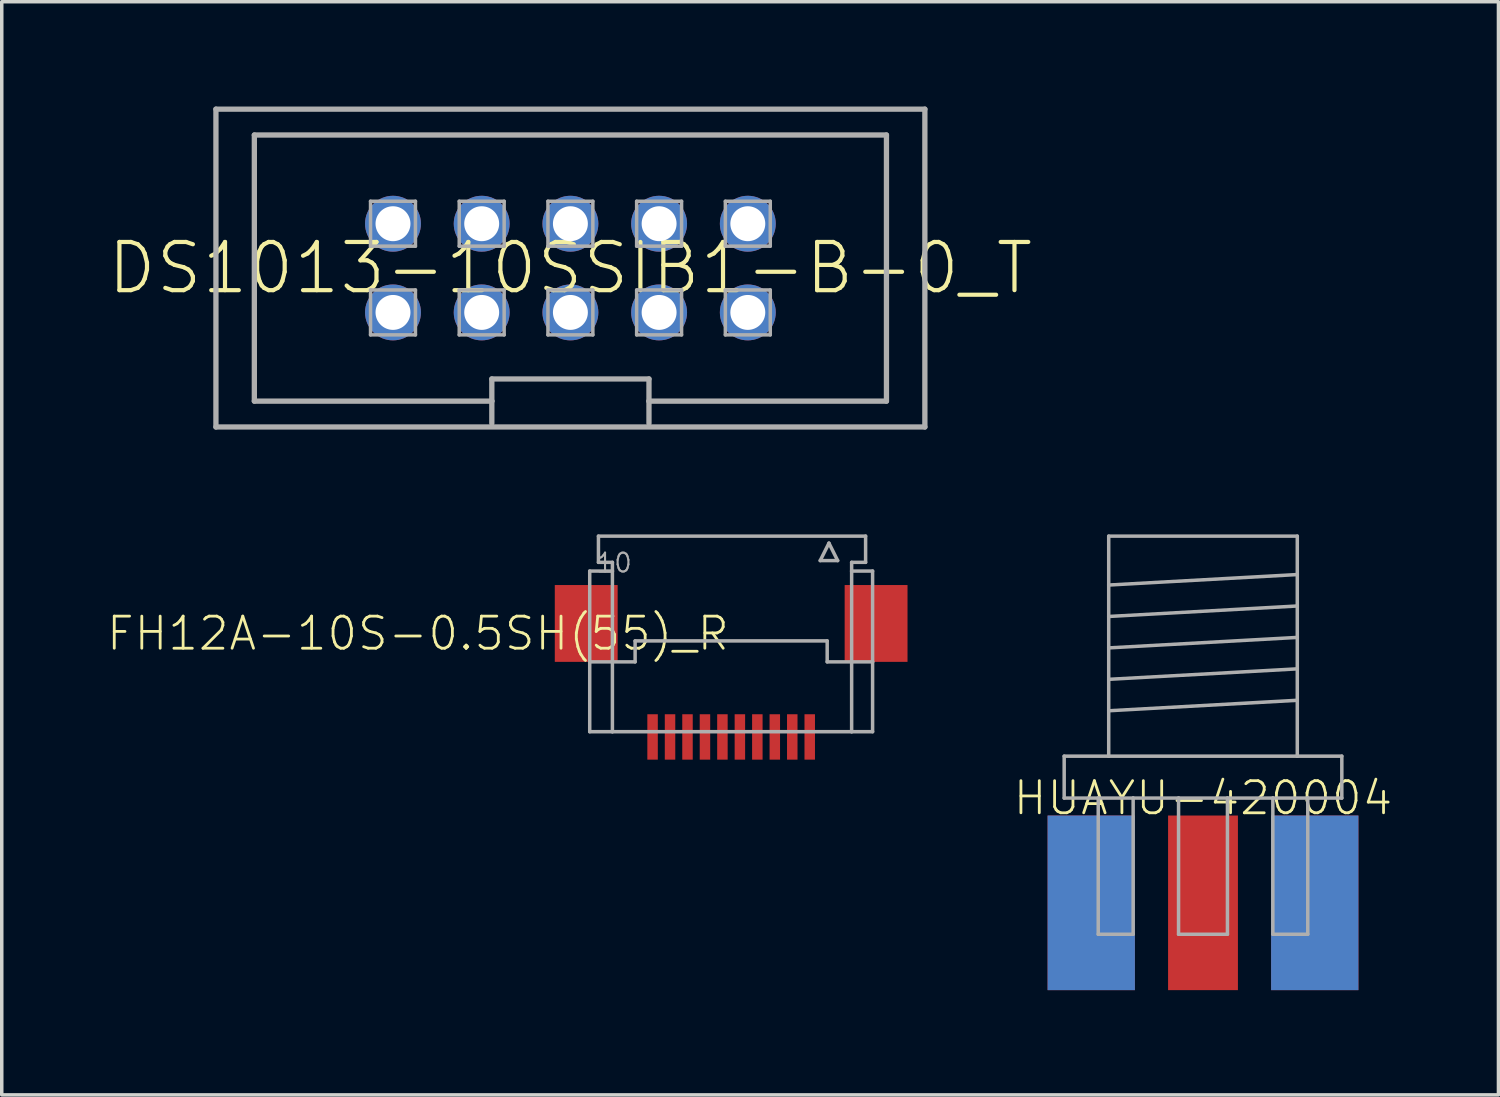
<source format=kicad_pcb>
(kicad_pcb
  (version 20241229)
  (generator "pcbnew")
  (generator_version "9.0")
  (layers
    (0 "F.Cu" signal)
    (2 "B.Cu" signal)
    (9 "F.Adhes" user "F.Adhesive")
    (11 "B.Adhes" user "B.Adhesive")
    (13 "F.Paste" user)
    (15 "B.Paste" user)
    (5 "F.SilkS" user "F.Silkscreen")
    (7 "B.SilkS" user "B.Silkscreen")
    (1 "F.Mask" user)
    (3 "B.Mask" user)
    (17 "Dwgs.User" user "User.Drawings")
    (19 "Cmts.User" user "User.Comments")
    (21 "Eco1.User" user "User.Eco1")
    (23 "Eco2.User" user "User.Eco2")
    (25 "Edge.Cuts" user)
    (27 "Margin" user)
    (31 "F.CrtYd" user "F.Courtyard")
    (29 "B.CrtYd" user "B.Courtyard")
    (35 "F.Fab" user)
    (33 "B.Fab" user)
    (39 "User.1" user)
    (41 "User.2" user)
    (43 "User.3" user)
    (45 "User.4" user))
  (footprint "HUAYU-420004"
    (layer "F.Cu")
    (at 31.397 19.802)
    (property "Reference" "HUAYU-420004" (at 0 0 0) (unlocked yes) (layer "F.SilkS") (effects (font (size 0.92 0.92) (thickness 0.08))))
    (fp_line (start -3.975 -1.2) (end -3.975 0) (stroke (width 0.1) (type solid)) (layer "F.Fab"))
    (fp_line (start -3.975 -1.2) (end -2.7 -1.2) (stroke (width 0.1) (type solid)) (layer "F.Fab"))
    (fp_line (start -3.975 0) (end -3 0) (stroke (width 0.1) (type solid)) (layer "F.Fab"))
    (fp_line (start -3 0) (end -2 0) (stroke (width 0.1) (type solid)) (layer "F.Fab"))
    (fp_line (start -3 3.9) (end -3 0) (stroke (width 0.1) (type solid)) (layer "F.Fab"))
    (fp_line (start -2.7 -7.5) (end 2.7 -7.5) (stroke (width 0.1) (type solid)) (layer "F.Fab"))
    (fp_line (start -2.7 -6.1) (end -2.7 -7.5) (stroke (width 0.1) (type solid)) (layer "F.Fab"))
    (fp_line (start -2.7 -6.1) (end 2.7 -6.4) (stroke (width 0.1) (type solid)) (layer "F.Fab"))
    (fp_line (start -2.7 -5.2) (end -2.7 -6.1) (stroke (width 0.1) (type solid)) (layer "F.Fab"))
    (fp_line (start -2.7 -5.2) (end 2.7 -5.5) (stroke (width 0.1) (type solid)) (layer "F.Fab"))
    (fp_line (start -2.7 -4.3) (end -2.7 -5.2) (stroke (width 0.1) (type solid)) (layer "F.Fab"))
    (fp_line (start -2.7 -4.3) (end 2.7 -4.6) (stroke (width 0.1) (type solid)) (layer "F.Fab"))
    (fp_line (start -2.7 -3.4) (end -2.7 -4.3) (stroke (width 0.1) (type solid)) (layer "F.Fab"))
    (fp_line (start -2.7 -3.4) (end 2.7 -3.7) (stroke (width 0.1) (type solid)) (layer "F.Fab"))
    (fp_line (start -2.7 -2.5) (end -2.7 -3.4) (stroke (width 0.1) (type solid)) (layer "F.Fab"))
    (fp_line (start -2.7 -2.5) (end 2.7 -2.8) (stroke (width 0.1) (type solid)) (layer "F.Fab"))
    (fp_line (start -2.7 -1.2) (end -2.7 -2.5) (stroke (width 0.1) (type solid)) (layer "F.Fab"))
    (fp_line (start -2.7 -1.2) (end 2.7 -1.2) (stroke (width 0.1) (type solid)) (layer "F.Fab"))
    (fp_line (start -2 0) (end -2 3.9) (stroke (width 0.1) (type solid)) (layer "F.Fab"))
    (fp_line (start -2 0) (end -0.7 0) (stroke (width 0.1) (type solid)) (layer "F.Fab"))
    (fp_line (start -2 3.9) (end -3 3.9) (stroke (width 0.1) (type solid)) (layer "F.Fab"))
    (fp_line (start -0.7 0) (end -0.7 3.9) (stroke (width 0.1) (type solid)) (layer "F.Fab"))
    (fp_line (start -0.7 0) (end 0.7 0) (stroke (width 0.1) (type solid)) (layer "F.Fab"))
    (fp_line (start -0.7 3.9) (end 0.7 3.9) (stroke (width 0.1) (type solid)) (layer "F.Fab"))
    (fp_line (start 0.7 0) (end 2 0) (stroke (width 0.1) (type solid)) (layer "F.Fab"))
    (fp_line (start 0.7 3.9) (end 0.7 0) (stroke (width 0.1) (type solid)) (layer "F.Fab"))
    (fp_line (start 2 0) (end 2 3.9) (stroke (width 0.1) (type solid)) (layer "F.Fab"))
    (fp_line (start 2 0) (end 3 0) (stroke (width 0.1) (type solid)) (layer "F.Fab"))
    (fp_line (start 2 3.9) (end 3 3.9) (stroke (width 0.1) (type solid)) (layer "F.Fab"))
    (fp_line (start 2.7 -7.5) (end 2.7 -6.4) (stroke (width 0.1) (type solid)) (layer "F.Fab"))
    (fp_line (start 2.7 -6.4) (end 2.7 -5.5) (stroke (width 0.1) (type solid)) (layer "F.Fab"))
    (fp_line (start 2.7 -5.5) (end 2.7 -4.6) (stroke (width 0.1) (type solid)) (layer "F.Fab"))
    (fp_line (start 2.7 -4.6) (end 2.7 -3.7) (stroke (width 0.1) (type solid)) (layer "F.Fab"))
    (fp_line (start 2.7 -3.7) (end 2.7 -2.8) (stroke (width 0.1) (type solid)) (layer "F.Fab"))
    (fp_line (start 2.7 -2.8) (end 2.7 -1.2) (stroke (width 0.1) (type solid)) (layer "F.Fab"))
    (fp_line (start 2.7 -1.2) (end 3.975 -1.2) (stroke (width 0.1) (type solid)) (layer "F.Fab"))
    (fp_line (start 3 0) (end 3.975 0) (stroke (width 0.1) (type solid)) (layer "F.Fab"))
    (fp_line (start 3 3.9) (end 3 0) (stroke (width 0.1) (type solid)) (layer "F.Fab"))
    (fp_line (start 3.975 -1.2) (end 3.975 0) (stroke (width 0.1) (type solid)) (layer "F.Fab"))
    (pad "0" smd rect (at 0 3) (size 2 5) (layers "F.Cu" "F.Mask"))
    (pad "1" smd rect (at -3.2 3) (size 2.5 5) (layers "F.Cu" "F.Mask"))
    (pad "2" smd rect (at 3.2 3) (size 2.5 5) (layers "F.Cu" "F.Mask"))
    (pad "3" smd rect (at 3.2 3) (size 2.5 5) (layers "B.Cu" "B.Mask"))
    (pad "4" smd rect (at -3.2 3) (size 2.5 5) (layers "B.Cu" "B.Mask")))
  (footprint "FH12A-10S-0.5SH(55)_R"
    (layer "F.Cu")
    (at 17.886 18.052)
    (property "Reference" "FH12A-10S-0.5SH(55)_R" (at 0 -3.5 0) (unlocked yes) (layer "F.SilkS") (effects (font (size 0.92 0.92) (thickness 0.08)) (justify right top)))
    (fp_poly (pts (xy -2.05 -0.7) (xy -2.45 -0.7) (xy -2.45 0.7) (xy -2.05 0.7)) (stroke (width 0) (type default)) (fill yes) (layer "F.Mask"))
    (fp_poly (pts (xy -1.55 -0.7) (xy -1.95 -0.7) (xy -1.95 0.7) (xy -1.55 0.7)) (stroke (width 0) (type default)) (fill yes) (layer "F.Mask"))
    (fp_poly (pts (xy -1.05 -0.7) (xy -1.45 -0.7) (xy -1.45 0.7) (xy -1.05 0.7)) (stroke (width 0) (type default)) (fill yes) (layer "F.Mask"))
    (fp_poly (pts (xy -0.55 -0.7) (xy -0.95 -0.7) (xy -0.95 0.7) (xy -0.55 0.7)) (stroke (width 0) (type default)) (fill yes) (layer "F.Mask"))
    (fp_poly (pts (xy -0.05 -0.7) (xy -0.45 -0.7) (xy -0.45 0.7) (xy -0.05 0.7)) (stroke (width 0) (type default)) (fill yes) (layer "F.Mask"))
    (fp_poly (pts (xy 0.45 -0.7) (xy 0.05 -0.7) (xy 0.05 0.7) (xy 0.45 0.7)) (stroke (width 0) (type default)) (fill yes) (layer "F.Mask"))
    (fp_poly (pts (xy 0.95 -0.7) (xy 0.55 -0.7) (xy 0.55 0.7) (xy 0.95 0.7)) (stroke (width 0) (type default)) (fill yes) (layer "F.Mask"))
    (fp_poly (pts (xy 1.45 -0.7) (xy 1.05 -0.7) (xy 1.05 0.7) (xy 1.45 0.7)) (stroke (width 0) (type default)) (fill yes) (layer "F.Mask"))
    (fp_poly (pts (xy 1.95 -0.7) (xy 1.55 -0.7) (xy 1.55 0.7) (xy 1.95 0.7)) (stroke (width 0) (type default)) (fill yes) (layer "F.Mask"))
    (fp_poly (pts (xy 2.45 -0.7) (xy 2.05 -0.7) (xy 2.05 0.7) (xy 2.45 0.7)) (stroke (width 0) (type default)) (fill yes) (layer "F.Mask"))
    (fp_poly (pts (xy -3.25 -2.15) (xy -5.05 -2.15) (xy -5.05 -4.35) (xy -3.25 -4.35)) (stroke (width 0) (type default)) (fill yes) (layer "F.Paste"))
    (fp_poly (pts (xy -2.125 0.65) (xy -2.375 0.65) (xy -2.375 -0.65) (xy -2.125 -0.65)) (stroke (width 0) (type default)) (fill yes) (layer "F.Paste"))
    (fp_poly (pts (xy -1.625 0.65) (xy -1.875 0.65) (xy -1.875 -0.65) (xy -1.625 -0.65)) (stroke (width 0) (type default)) (fill yes) (layer "F.Paste"))
    (fp_poly (pts (xy -1.125 0.65) (xy -1.375 0.65) (xy -1.375 -0.65) (xy -1.125 -0.65)) (stroke (width 0) (type default)) (fill yes) (layer "F.Paste"))
    (fp_poly (pts (xy -0.625 0.65) (xy -0.875 0.65) (xy -0.875 -0.65) (xy -0.625 -0.65)) (stroke (width 0) (type default)) (fill yes) (layer "F.Paste"))
    (fp_poly (pts (xy -0.125 0.65) (xy -0.375 0.65) (xy -0.375 -0.65) (xy -0.125 -0.65)) (stroke (width 0) (type default)) (fill yes) (layer "F.Paste"))
    (fp_poly (pts (xy 0.375 0.65) (xy 0.125 0.65) (xy 0.125 -0.65) (xy 0.375 -0.65)) (stroke (width 0) (type default)) (fill yes) (layer "F.Paste"))
    (fp_poly (pts (xy 0.875 0.65) (xy 0.625 0.65) (xy 0.625 -0.65) (xy 0.875 -0.65)) (stroke (width 0) (type default)) (fill yes) (layer "F.Paste"))
    (fp_poly (pts (xy 1.375 0.65) (xy 1.125 0.65) (xy 1.125 -0.65) (xy 1.375 -0.65)) (stroke (width 0) (type default)) (fill yes) (layer "F.Paste"))
    (fp_poly (pts (xy 1.875 0.65) (xy 1.625 0.65) (xy 1.625 -0.65) (xy 1.875 -0.65)) (stroke (width 0) (type default)) (fill yes) (layer "F.Paste"))
    (fp_poly (pts (xy 2.375 0.65) (xy 2.125 0.65) (xy 2.125 -0.65) (xy 2.375 -0.65)) (stroke (width 0) (type default)) (fill yes) (layer "F.Paste"))
    (fp_poly (pts (xy 5.05 -2.15) (xy 3.25 -2.15) (xy 3.25 -4.35) (xy 5.05 -4.35)) (stroke (width 0) (type default)) (fill yes) (layer "F.Paste"))
    (fp_line (start -4.05 -4.75) (end -4.05 -2.15) (stroke (width 0.1) (type solid)) (layer "F.Fab"))
    (fp_line (start -4.05 -2.15) (end -4.05 -0.15) (stroke (width 0.1) (type solid)) (layer "F.Fab"))
    (fp_line (start -3.8 -5.75) (end -3.8 -5) (stroke (width 0.1) (type solid)) (layer "F.Fab"))
    (fp_line (start -3.8 -5) (end -3.4 -5) (stroke (width 0.1) (type solid)) (layer "F.Fab"))
    (fp_line (start -3.4 -5) (end -3.4 -4.75) (stroke (width 0.1) (type solid)) (layer "F.Fab"))
    (fp_line (start -3.4 -4.75) (end -4.05 -4.75) (stroke (width 0.1) (type solid)) (layer "F.Fab"))
    (fp_line (start -3.4 -4.75) (end -3.4 -2.15) (stroke (width 0.1) (type solid)) (layer "F.Fab"))
    (fp_line (start -3.4 -2.15) (end -4.05 -2.15) (stroke (width 0.1) (type solid)) (layer "F.Fab"))
    (fp_line (start -3.4 -2.15) (end -3.4 -0.15) (stroke (width 0.1) (type solid)) (layer "F.Fab"))
    (fp_line (start -3.4 -0.15) (end -4.05 -0.15) (stroke (width 0.1) (type solid)) (layer "F.Fab"))
    (fp_line (start -2.75 -2.75) (end -2.75 -2.15) (stroke (width 0.1) (type solid)) (layer "F.Fab"))
    (fp_line (start -2.75 -2.15) (end -3.4 -2.15) (stroke (width 0.1) (type solid)) (layer "F.Fab"))
    (fp_line (start 2.55 -5.05) (end 2.8 -5.55) (stroke (width 0.1) (type solid)) (layer "F.Fab"))
    (fp_line (start 2.75 -2.75) (end -2.75 -2.75) (stroke (width 0.1) (type solid)) (layer "F.Fab"))
    (fp_line (start 2.75 -2.15) (end 2.75 -2.75) (stroke (width 0.1) (type solid)) (layer "F.Fab"))
    (fp_line (start 2.8 -5.55) (end 3.05 -5.05) (stroke (width 0.1) (type solid)) (layer "F.Fab"))
    (fp_line (start 3.05 -5.05) (end 2.55 -5.05) (stroke (width 0.1) (type solid)) (layer "F.Fab"))
    (fp_line (start 3.45 -5) (end 3.45 -4.75) (stroke (width 0.1) (type solid)) (layer "F.Fab"))
    (fp_line (start 3.45 -4.75) (end 3.45 -2.15) (stroke (width 0.1) (type solid)) (layer "F.Fab"))
    (fp_line (start 3.45 -2.15) (end 2.75 -2.15) (stroke (width 0.1) (type solid)) (layer "F.Fab"))
    (fp_line (start 3.45 -2.15) (end 3.45 -0.15) (stroke (width 0.1) (type solid)) (layer "F.Fab"))
    (fp_line (start 3.45 -2.15) (end 4.05 -2.15) (stroke (width 0.1) (type solid)) (layer "F.Fab"))
    (fp_line (start 3.45 -0.15) (end -3.4 -0.15) (stroke (width 0.1) (type solid)) (layer "F.Fab"))
    (fp_line (start 3.85 -5.75) (end -3.8 -5.75) (stroke (width 0.1) (type solid)) (layer "F.Fab"))
    (fp_line (start 3.85 -5) (end 3.45 -5) (stroke (width 0.1) (type solid)) (layer "F.Fab"))
    (fp_line (start 3.85 -5) (end 3.85 -5.75) (stroke (width 0.1) (type solid)) (layer "F.Fab"))
    (fp_line (start 4.05 -4.75) (end 3.45 -4.75) (stroke (width 0.1) (type solid)) (layer "F.Fab"))
    (fp_line (start 4.05 -2.15) (end 4.05 -4.75) (stroke (width 0.1) (type solid)) (layer "F.Fab"))
    (fp_line (start 4.05 -0.15) (end 3.45 -0.15) (stroke (width 0.1) (type solid)) (layer "F.Fab"))
    (fp_line (start 4.05 -0.15) (end 4.05 -2.15) (stroke (width 0.1) (type solid)) (layer "F.Fab"))
    (fp_text user "10" (at -2.8 -5.3 0) (layer "F.Fab") (effects (font (size 0.54 0.54) (thickness 0.06)) (justify right top)))
    (pad "1" smd rect (at 2.25 0 90) (size 1.3 0.3) (layers "F.Cu"))
    (pad "2" smd rect (at 1.75 0 90) (size 1.3 0.3) (layers "F.Cu"))
    (pad "3" smd rect (at 1.25 0 90) (size 1.3 0.3) (layers "F.Cu"))
    (pad "4" smd rect (at 0.75 0 90) (size 1.3 0.3) (layers "F.Cu"))
    (pad "5" smd rect (at 0.25 0 90) (size 1.3 0.3) (layers "F.Cu"))
    (pad "6" smd rect (at -0.25 0 90) (size 1.3 0.3) (layers "F.Cu"))
    (pad "7" smd rect (at -0.75 0 90) (size 1.3 0.3) (layers "F.Cu"))
    (pad "8" smd rect (at -1.25 0 90) (size 1.3 0.3) (layers "F.Cu"))
    (pad "9" smd rect (at -1.75 0 90) (size 1.3 0.3) (layers "F.Cu"))
    (pad "10" smd rect (at -2.25 0 90) (size 1.3 0.3) (layers "F.Cu"))
    (pad "S1" smd rect (at -4.15 -3.25) (size 1.8 2.2) (layers "F.Cu" "F.Mask"))
    (pad "S2" smd rect (at 4.15 -3.25) (size 1.8 2.2) (layers "F.Cu" "F.Mask")))
  (footprint "DS1013-10SSIB1-B-0_T"
    (layer "F.Cu")
    (at 13.283 4.626)
    (property "Reference" "DS1013-10SSIB1-B-0_T" (at 0 0 0) (unlocked yes) (layer "F.SilkS") (effects (font (size 1.38 1.38) (thickness 0.12))))
    (fp_line (start -10.15 -4.55) (end -10.15 4.55) (stroke (width 0.152) (type solid)) (layer "F.Fab"))
    (fp_line (start -10.15 4.55) (end 10.15 4.55) (stroke (width 0.152) (type solid)) (layer "F.Fab"))
    (fp_line (start -9.05 -3.81) (end -9.05 3.81) (stroke (width 0.152) (type solid)) (layer "F.Fab"))
    (fp_line (start -9.05 3.81) (end -2.25 3.81) (stroke (width 0.152) (type solid)) (layer "F.Fab"))
    (fp_line (start -5.723 -1.913) (end -5.723 -0.627) (stroke (width 0.1) (type solid)) (layer "F.Fab"))
    (fp_line (start -5.723 -0.627) (end -4.437 -0.627) (stroke (width 0.1) (type solid)) (layer "F.Fab"))
    (fp_line (start -5.723 0.627) (end -5.723 1.913) (stroke (width 0.1) (type solid)) (layer "F.Fab"))
    (fp_line (start -5.723 1.913) (end -4.437 1.913) (stroke (width 0.1) (type solid)) (layer "F.Fab"))
    (fp_line (start -4.437 -1.913) (end -5.723 -1.913) (stroke (width 0.1) (type solid)) (layer "F.Fab"))
    (fp_line (start -4.437 -0.627) (end -4.437 -1.913) (stroke (width 0.1) (type solid)) (layer "F.Fab"))
    (fp_line (start -4.437 0.627) (end -5.723 0.627) (stroke (width 0.1) (type solid)) (layer "F.Fab"))
    (fp_line (start -4.437 1.913) (end -4.437 0.627) (stroke (width 0.1) (type solid)) (layer "F.Fab"))
    (fp_line (start -3.183 -1.913) (end -3.183 -0.627) (stroke (width 0.1) (type solid)) (layer "F.Fab"))
    (fp_line (start -3.183 -0.627) (end -1.897 -0.627) (stroke (width 0.1) (type solid)) (layer "F.Fab"))
    (fp_line (start -3.183 0.627) (end -3.183 1.913) (stroke (width 0.1) (type solid)) (layer "F.Fab"))
    (fp_line (start -3.183 1.913) (end -1.897 1.913) (stroke (width 0.1) (type solid)) (layer "F.Fab"))
    (fp_line (start -2.25 3.175) (end 2.25 3.175) (stroke (width 0.152) (type solid)) (layer "F.Fab"))
    (fp_line (start -2.25 3.81) (end -2.25 3.175) (stroke (width 0.152) (type solid)) (layer "F.Fab"))
    (fp_line (start -2.25 4.445) (end -2.25 3.81) (stroke (width 0.152) (type solid)) (layer "F.Fab"))
    (fp_line (start -1.897 -1.913) (end -3.183 -1.913) (stroke (width 0.1) (type solid)) (layer "F.Fab"))
    (fp_line (start -1.897 -0.627) (end -1.897 -1.913) (stroke (width 0.1) (type solid)) (layer "F.Fab"))
    (fp_line (start -1.897 0.627) (end -3.183 0.627) (stroke (width 0.1) (type solid)) (layer "F.Fab"))
    (fp_line (start -1.897 1.913) (end -1.897 0.627) (stroke (width 0.1) (type solid)) (layer "F.Fab"))
    (fp_line (start -0.643 -1.913) (end -0.643 -0.627) (stroke (width 0.1) (type solid)) (layer "F.Fab"))
    (fp_line (start -0.643 -0.627) (end 0.643 -0.627) (stroke (width 0.1) (type solid)) (layer "F.Fab"))
    (fp_line (start -0.643 0.627) (end -0.643 1.913) (stroke (width 0.1) (type solid)) (layer "F.Fab"))
    (fp_line (start -0.643 1.913) (end 0.643 1.913) (stroke (width 0.1) (type solid)) (layer "F.Fab"))
    (fp_line (start 0.643 -1.913) (end -0.643 -1.913) (stroke (width 0.1) (type solid)) (layer "F.Fab"))
    (fp_line (start 0.643 -0.627) (end 0.643 -1.913) (stroke (width 0.1) (type solid)) (layer "F.Fab"))
    (fp_line (start 0.643 0.627) (end -0.643 0.627) (stroke (width 0.1) (type solid)) (layer "F.Fab"))
    (fp_line (start 0.643 1.913) (end 0.643 0.627) (stroke (width 0.1) (type solid)) (layer "F.Fab"))
    (fp_line (start 1.897 -1.913) (end 1.897 -0.627) (stroke (width 0.1) (type solid)) (layer "F.Fab"))
    (fp_line (start 1.897 -0.627) (end 3.183 -0.627) (stroke (width 0.1) (type solid)) (layer "F.Fab"))
    (fp_line (start 1.897 0.627) (end 1.897 1.913) (stroke (width 0.1) (type solid)) (layer "F.Fab"))
    (fp_line (start 1.897 1.913) (end 3.183 1.913) (stroke (width 0.1) (type solid)) (layer "F.Fab"))
    (fp_line (start 2.25 3.175) (end 2.25 3.81) (stroke (width 0.152) (type solid)) (layer "F.Fab"))
    (fp_line (start 2.25 3.81) (end 2.25 4.445) (stroke (width 0.152) (type solid)) (layer "F.Fab"))
    (fp_line (start 2.25 3.81) (end 9.05 3.81) (stroke (width 0.152) (type solid)) (layer "F.Fab"))
    (fp_line (start 3.183 -1.913) (end 1.897 -1.913) (stroke (width 0.1) (type solid)) (layer "F.Fab"))
    (fp_line (start 3.183 -0.627) (end 3.183 -1.913) (stroke (width 0.1) (type solid)) (layer "F.Fab"))
    (fp_line (start 3.183 0.627) (end 1.897 0.627) (stroke (width 0.1) (type solid)) (layer "F.Fab"))
    (fp_line (start 3.183 1.913) (end 3.183 0.627) (stroke (width 0.1) (type solid)) (layer "F.Fab"))
    (fp_line (start 4.437 -1.913) (end 4.437 -0.627) (stroke (width 0.1) (type solid)) (layer "F.Fab"))
    (fp_line (start 4.437 -0.627) (end 5.723 -0.627) (stroke (width 0.1) (type solid)) (layer "F.Fab"))
    (fp_line (start 4.437 0.627) (end 4.437 1.913) (stroke (width 0.1) (type solid)) (layer "F.Fab"))
    (fp_line (start 4.437 1.913) (end 5.723 1.913) (stroke (width 0.1) (type solid)) (layer "F.Fab"))
    (fp_line (start 5.723 -1.913) (end 4.437 -1.913) (stroke (width 0.1) (type solid)) (layer "F.Fab"))
    (fp_line (start 5.723 -0.627) (end 5.723 -1.913) (stroke (width 0.1) (type solid)) (layer "F.Fab"))
    (fp_line (start 5.723 0.627) (end 4.437 0.627) (stroke (width 0.1) (type solid)) (layer "F.Fab"))
    (fp_line (start 5.723 1.913) (end 5.723 0.627) (stroke (width 0.1) (type solid)) (layer "F.Fab"))
    (fp_line (start 9.05 -3.81) (end -9.05 -3.81) (stroke (width 0.152) (type solid)) (layer "F.Fab"))
    (fp_line (start 9.05 3.81) (end 9.05 -3.81) (stroke (width 0.152) (type solid)) (layer "F.Fab"))
    (fp_line (start 10.15 -4.55) (end -10.15 -4.55) (stroke (width 0.152) (type solid)) (layer "F.Fab"))
    (fp_line (start 10.15 4.55) (end 10.15 -4.55) (stroke (width 0.152) (type solid)) (layer "F.Fab"))
    (fp_text user "7" (at 2.54 1.27 90) (layer "F.Fab") (effects (font (size 0.366 0.366) (thickness 0.041))))
    (fp_text user "4" (at -2.54 -1.27 90) (layer "F.Fab") (effects (font (size 0.366 0.366) (thickness 0.041))))
    (fp_text user "10" (at 5.08 -1.27 90) (layer "F.Fab") (effects (font (size 0.366 0.366) (thickness 0.041))))
    (fp_text user "3" (at -2.54 1.27 90) (layer "F.Fab") (effects (font (size 0.366 0.366) (thickness 0.041))))
    (fp_text user "2" (at -5.08 -1.27 90) (layer "F.Fab") (effects (font (size 0.366 0.366) (thickness 0.041))))
    (fp_text user "1" (at -5.08 1.27 90) (layer "F.Fab") (effects (font (size 0.366 0.366) (thickness 0.041))))
    (fp_text user "5" (at 0 1.27 90) (layer "F.Fab") (effects (font (size 0.366 0.366) (thickness 0.041))))
    (fp_text user "9" (at 5.08 1.27 90) (layer "F.Fab") (effects (font (size 0.366 0.366) (thickness 0.041))))
    (fp_text user "8" (at 2.54 -1.27 90) (layer "F.Fab") (effects (font (size 0.366 0.366) (thickness 0.041))))
    (fp_text user "6" (at 0 -1.27 90) (layer "F.Fab") (effects (font (size 0.366 0.366) (thickness 0.041))))
    (pad "1" thru_hole circle (at -5.08 1.27 90) (size 1.6 1.6) (drill 1) (layers "*.Cu" "*.Mask"))
    (pad "2" thru_hole circle (at -5.08 -1.27 90) (size 1.6 1.6) (drill 1) (layers "*.Cu" "*.Mask"))
    (pad "3" thru_hole circle (at -2.54 1.27 90) (size 1.6 1.6) (drill 1) (layers "*.Cu" "*.Mask"))
    (pad "4" thru_hole circle (at -2.54 -1.27 90) (size 1.6 1.6) (drill 1) (layers "*.Cu" "*.Mask"))
    (pad "5" thru_hole circle (at 0 1.27 90) (size 1.6 1.6) (drill 1) (layers "*.Cu" "*.Mask"))
    (pad "6" thru_hole circle (at 0 -1.27 90) (size 1.6 1.6) (drill 1) (layers "*.Cu" "*.Mask"))
    (pad "7" thru_hole circle (at 2.54 1.27 90) (size 1.6 1.6) (drill 1) (layers "*.Cu" "*.Mask"))
    (pad "8" thru_hole circle (at 2.54 -1.27 90) (size 1.6 1.6) (drill 1) (layers "*.Cu" "*.Mask"))
    (pad "9" thru_hole circle (at 5.08 1.27 90) (size 1.6 1.6) (drill 1) (layers "*.Cu" "*.Mask"))
    (pad "10" thru_hole circle (at 5.08 -1.27 90) (size 1.6 1.6) (drill 1) (layers "*.Cu" "*.Mask")))
  (gr_rect
    (start -3 -3)
    (end 39.857 28.302)
    (stroke (width 0.1) (type default))
    (fill no)
    (layer "Edge.Cuts")))
</source>
